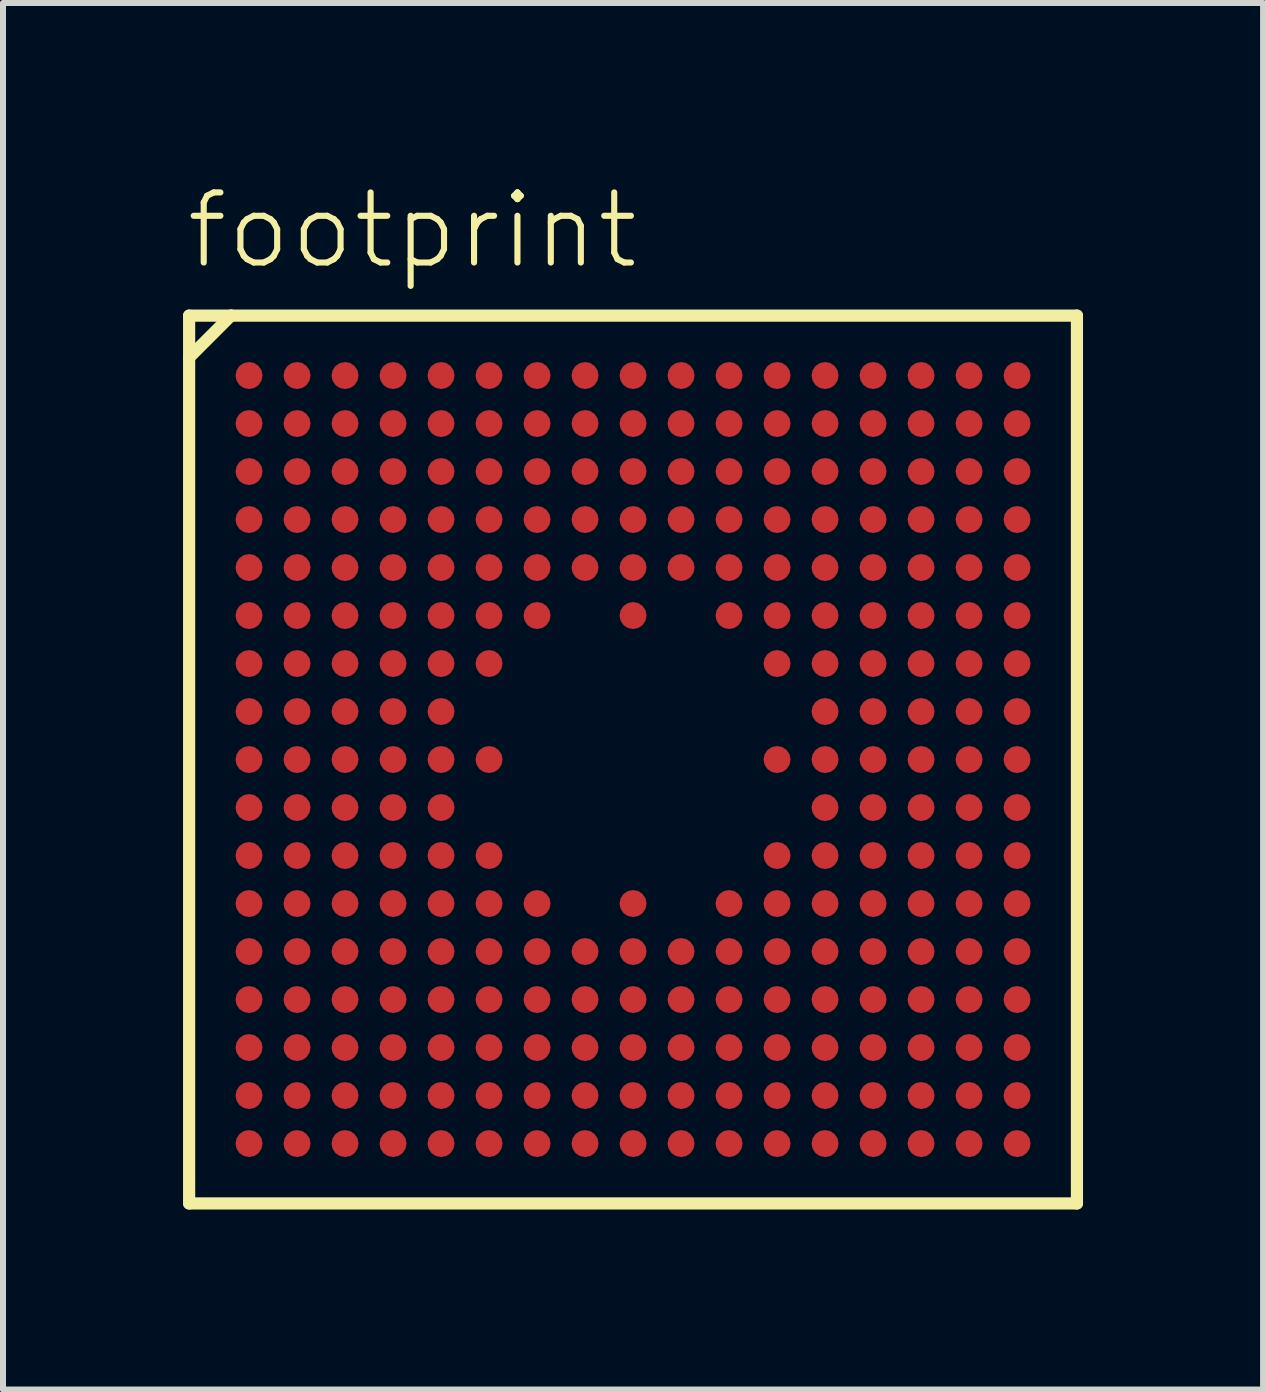
<source format=kicad_pcb>
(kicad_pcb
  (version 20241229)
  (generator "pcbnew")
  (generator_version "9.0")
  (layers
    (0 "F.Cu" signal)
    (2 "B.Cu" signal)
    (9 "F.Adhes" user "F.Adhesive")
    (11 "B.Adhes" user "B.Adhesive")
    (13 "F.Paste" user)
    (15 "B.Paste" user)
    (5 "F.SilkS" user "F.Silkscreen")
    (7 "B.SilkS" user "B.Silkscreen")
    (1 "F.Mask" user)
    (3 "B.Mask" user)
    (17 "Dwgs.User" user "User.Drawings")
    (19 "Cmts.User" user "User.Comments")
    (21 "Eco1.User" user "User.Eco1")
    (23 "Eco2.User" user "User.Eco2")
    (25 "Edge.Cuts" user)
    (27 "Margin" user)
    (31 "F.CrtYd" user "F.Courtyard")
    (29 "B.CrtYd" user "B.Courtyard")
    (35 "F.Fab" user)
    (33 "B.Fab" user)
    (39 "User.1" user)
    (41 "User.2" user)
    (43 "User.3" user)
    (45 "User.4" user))
  (footprint "footprint"
    (layer "F.Cu")
    (at 7.5 9.608)
    (property "Reference" "footprint" (at -7.5 -8.135 0) (layer "F.SilkS") (effects (font (size 1.168 1.168) (thickness 0.102)) (justify left bottom)))
    (fp_circle (center -6.4 -6.4) (end -6.3 -6.4) (stroke (width 0.2) (type solid)) (fill yes) (layer "F.Mask"))
    (fp_circle (center -6.4 -5.6) (end -6.3 -5.6) (stroke (width 0.2) (type solid)) (fill yes) (layer "F.Mask"))
    (fp_circle (center -6.4 -4.8) (end -6.3 -4.8) (stroke (width 0.2) (type solid)) (fill yes) (layer "F.Mask"))
    (fp_circle (center -6.4 -4) (end -6.3 -4) (stroke (width 0.2) (type solid)) (fill yes) (layer "F.Mask"))
    (fp_circle (center -6.4 -3.2) (end -6.3 -3.2) (stroke (width 0.2) (type solid)) (fill yes) (layer "F.Mask"))
    (fp_circle (center -6.4 -2.4) (end -6.3 -2.4) (stroke (width 0.2) (type solid)) (fill yes) (layer "F.Mask"))
    (fp_circle (center -6.4 -1.6) (end -6.3 -1.6) (stroke (width 0.2) (type solid)) (fill yes) (layer "F.Mask"))
    (fp_circle (center -6.4 -0.8) (end -6.3 -0.8) (stroke (width 0.2) (type solid)) (fill yes) (layer "F.Mask"))
    (fp_circle (center -6.4 0) (end -6.3 0) (stroke (width 0.2) (type solid)) (fill yes) (layer "F.Mask"))
    (fp_circle (center -6.4 0.8) (end -6.3 0.8) (stroke (width 0.2) (type solid)) (fill yes) (layer "F.Mask"))
    (fp_circle (center -6.4 1.6) (end -6.3 1.6) (stroke (width 0.2) (type solid)) (fill yes) (layer "F.Mask"))
    (fp_circle (center -6.4 2.4) (end -6.3 2.4) (stroke (width 0.2) (type solid)) (fill yes) (layer "F.Mask"))
    (fp_circle (center -6.4 3.2) (end -6.3 3.2) (stroke (width 0.2) (type solid)) (fill yes) (layer "F.Mask"))
    (fp_circle (center -6.4 4) (end -6.3 4) (stroke (width 0.2) (type solid)) (fill yes) (layer "F.Mask"))
    (fp_circle (center -6.4 4.8) (end -6.3 4.8) (stroke (width 0.2) (type solid)) (fill yes) (layer "F.Mask"))
    (fp_circle (center -6.4 5.6) (end -6.3 5.6) (stroke (width 0.2) (type solid)) (fill yes) (layer "F.Mask"))
    (fp_circle (center -6.4 6.4) (end -6.3 6.4) (stroke (width 0.2) (type solid)) (fill yes) (layer "F.Mask"))
    (fp_circle (center -5.6 -6.4) (end -5.5 -6.4) (stroke (width 0.2) (type solid)) (fill yes) (layer "F.Mask"))
    (fp_circle (center -5.6 -5.6) (end -5.5 -5.6) (stroke (width 0.2) (type solid)) (fill yes) (layer "F.Mask"))
    (fp_circle (center -5.6 -4.8) (end -5.5 -4.8) (stroke (width 0.2) (type solid)) (fill yes) (layer "F.Mask"))
    (fp_circle (center -5.6 -4) (end -5.5 -4) (stroke (width 0.2) (type solid)) (fill yes) (layer "F.Mask"))
    (fp_circle (center -5.6 -3.2) (end -5.5 -3.2) (stroke (width 0.2) (type solid)) (fill yes) (layer "F.Mask"))
    (fp_circle (center -5.6 -2.4) (end -5.5 -2.4) (stroke (width 0.2) (type solid)) (fill yes) (layer "F.Mask"))
    (fp_circle (center -5.6 -1.6) (end -5.5 -1.6) (stroke (width 0.2) (type solid)) (fill yes) (layer "F.Mask"))
    (fp_circle (center -5.6 -0.8) (end -5.5 -0.8) (stroke (width 0.2) (type solid)) (fill yes) (layer "F.Mask"))
    (fp_circle (center -5.6 0) (end -5.5 0) (stroke (width 0.2) (type solid)) (fill yes) (layer "F.Mask"))
    (fp_circle (center -5.6 0.8) (end -5.5 0.8) (stroke (width 0.2) (type solid)) (fill yes) (layer "F.Mask"))
    (fp_circle (center -5.6 1.6) (end -5.5 1.6) (stroke (width 0.2) (type solid)) (fill yes) (layer "F.Mask"))
    (fp_circle (center -5.6 2.4) (end -5.5 2.4) (stroke (width 0.2) (type solid)) (fill yes) (layer "F.Mask"))
    (fp_circle (center -5.6 3.2) (end -5.5 3.2) (stroke (width 0.2) (type solid)) (fill yes) (layer "F.Mask"))
    (fp_circle (center -5.6 4) (end -5.5 4) (stroke (width 0.2) (type solid)) (fill yes) (layer "F.Mask"))
    (fp_circle (center -5.6 4.8) (end -5.5 4.8) (stroke (width 0.2) (type solid)) (fill yes) (layer "F.Mask"))
    (fp_circle (center -5.6 5.6) (end -5.5 5.6) (stroke (width 0.2) (type solid)) (fill yes) (layer "F.Mask"))
    (fp_circle (center -5.6 6.4) (end -5.5 6.4) (stroke (width 0.2) (type solid)) (fill yes) (layer "F.Mask"))
    (fp_circle (center -4.8 -6.4) (end -4.7 -6.4) (stroke (width 0.2) (type solid)) (fill yes) (layer "F.Mask"))
    (fp_circle (center -4.8 -5.6) (end -4.7 -5.6) (stroke (width 0.2) (type solid)) (fill yes) (layer "F.Mask"))
    (fp_circle (center -4.8 -4.8) (end -4.7 -4.8) (stroke (width 0.2) (type solid)) (fill yes) (layer "F.Mask"))
    (fp_circle (center -4.8 -4) (end -4.7 -4) (stroke (width 0.2) (type solid)) (fill yes) (layer "F.Mask"))
    (fp_circle (center -4.8 -3.2) (end -4.7 -3.2) (stroke (width 0.2) (type solid)) (fill yes) (layer "F.Mask"))
    (fp_circle (center -4.8 -2.4) (end -4.7 -2.4) (stroke (width 0.2) (type solid)) (fill yes) (layer "F.Mask"))
    (fp_circle (center -4.8 -1.6) (end -4.7 -1.6) (stroke (width 0.2) (type solid)) (fill yes) (layer "F.Mask"))
    (fp_circle (center -4.8 -0.8) (end -4.7 -0.8) (stroke (width 0.2) (type solid)) (fill yes) (layer "F.Mask"))
    (fp_circle (center -4.8 0) (end -4.7 0) (stroke (width 0.2) (type solid)) (fill yes) (layer "F.Mask"))
    (fp_circle (center -4.8 0.8) (end -4.7 0.8) (stroke (width 0.2) (type solid)) (fill yes) (layer "F.Mask"))
    (fp_circle (center -4.8 1.6) (end -4.7 1.6) (stroke (width 0.2) (type solid)) (fill yes) (layer "F.Mask"))
    (fp_circle (center -4.8 2.4) (end -4.7 2.4) (stroke (width 0.2) (type solid)) (fill yes) (layer "F.Mask"))
    (fp_circle (center -4.8 3.2) (end -4.7 3.2) (stroke (width 0.2) (type solid)) (fill yes) (layer "F.Mask"))
    (fp_circle (center -4.8 4) (end -4.7 4) (stroke (width 0.2) (type solid)) (fill yes) (layer "F.Mask"))
    (fp_circle (center -4.8 4.8) (end -4.7 4.8) (stroke (width 0.2) (type solid)) (fill yes) (layer "F.Mask"))
    (fp_circle (center -4.8 5.6) (end -4.7 5.6) (stroke (width 0.2) (type solid)) (fill yes) (layer "F.Mask"))
    (fp_circle (center -4.8 6.4) (end -4.7 6.4) (stroke (width 0.2) (type solid)) (fill yes) (layer "F.Mask"))
    (fp_circle (center -4 -6.4) (end -3.9 -6.4) (stroke (width 0.2) (type solid)) (fill yes) (layer "F.Mask"))
    (fp_circle (center -4 -5.6) (end -3.9 -5.6) (stroke (width 0.2) (type solid)) (fill yes) (layer "F.Mask"))
    (fp_circle (center -4 -4.8) (end -3.9 -4.8) (stroke (width 0.2) (type solid)) (fill yes) (layer "F.Mask"))
    (fp_circle (center -4 -4) (end -3.9 -4) (stroke (width 0.2) (type solid)) (fill yes) (layer "F.Mask"))
    (fp_circle (center -4 -3.2) (end -3.9 -3.2) (stroke (width 0.2) (type solid)) (fill yes) (layer "F.Mask"))
    (fp_circle (center -4 -2.4) (end -3.9 -2.4) (stroke (width 0.2) (type solid)) (fill yes) (layer "F.Mask"))
    (fp_circle (center -4 -1.6) (end -3.9 -1.6) (stroke (width 0.2) (type solid)) (fill yes) (layer "F.Mask"))
    (fp_circle (center -4 -0.8) (end -3.9 -0.8) (stroke (width 0.2) (type solid)) (fill yes) (layer "F.Mask"))
    (fp_circle (center -4 0) (end -3.9 0) (stroke (width 0.2) (type solid)) (fill yes) (layer "F.Mask"))
    (fp_circle (center -4 0.8) (end -3.9 0.8) (stroke (width 0.2) (type solid)) (fill yes) (layer "F.Mask"))
    (fp_circle (center -4 1.6) (end -3.9 1.6) (stroke (width 0.2) (type solid)) (fill yes) (layer "F.Mask"))
    (fp_circle (center -4 2.4) (end -3.9 2.4) (stroke (width 0.2) (type solid)) (fill yes) (layer "F.Mask"))
    (fp_circle (center -4 3.2) (end -3.9 3.2) (stroke (width 0.2) (type solid)) (fill yes) (layer "F.Mask"))
    (fp_circle (center -4 4) (end -3.9 4) (stroke (width 0.2) (type solid)) (fill yes) (layer "F.Mask"))
    (fp_circle (center -4 4.8) (end -3.9 4.8) (stroke (width 0.2) (type solid)) (fill yes) (layer "F.Mask"))
    (fp_circle (center -4 5.6) (end -3.9 5.6) (stroke (width 0.2) (type solid)) (fill yes) (layer "F.Mask"))
    (fp_circle (center -4 6.4) (end -3.9 6.4) (stroke (width 0.2) (type solid)) (fill yes) (layer "F.Mask"))
    (fp_circle (center -3.2 -6.4) (end -3.1 -6.4) (stroke (width 0.2) (type solid)) (fill yes) (layer "F.Mask"))
    (fp_circle (center -3.2 -5.6) (end -3.1 -5.6) (stroke (width 0.2) (type solid)) (fill yes) (layer "F.Mask"))
    (fp_circle (center -3.2 -4.8) (end -3.1 -4.8) (stroke (width 0.2) (type solid)) (fill yes) (layer "F.Mask"))
    (fp_circle (center -3.2 -4) (end -3.1 -4) (stroke (width 0.2) (type solid)) (fill yes) (layer "F.Mask"))
    (fp_circle (center -3.2 -3.2) (end -3.1 -3.2) (stroke (width 0.2) (type solid)) (fill yes) (layer "F.Mask"))
    (fp_circle (center -3.2 -2.4) (end -3.1 -2.4) (stroke (width 0.2) (type solid)) (fill yes) (layer "F.Mask"))
    (fp_circle (center -3.2 -1.6) (end -3.1 -1.6) (stroke (width 0.2) (type solid)) (fill yes) (layer "F.Mask"))
    (fp_circle (center -3.2 -0.8) (end -3.1 -0.8) (stroke (width 0.2) (type solid)) (fill yes) (layer "F.Mask"))
    (fp_circle (center -3.2 0) (end -3.1 0) (stroke (width 0.2) (type solid)) (fill yes) (layer "F.Mask"))
    (fp_circle (center -3.2 0.8) (end -3.1 0.8) (stroke (width 0.2) (type solid)) (fill yes) (layer "F.Mask"))
    (fp_circle (center -3.2 1.6) (end -3.1 1.6) (stroke (width 0.2) (type solid)) (fill yes) (layer "F.Mask"))
    (fp_circle (center -3.2 2.4) (end -3.1 2.4) (stroke (width 0.2) (type solid)) (fill yes) (layer "F.Mask"))
    (fp_circle (center -3.2 3.2) (end -3.1 3.2) (stroke (width 0.2) (type solid)) (fill yes) (layer "F.Mask"))
    (fp_circle (center -3.2 4) (end -3.1 4) (stroke (width 0.2) (type solid)) (fill yes) (layer "F.Mask"))
    (fp_circle (center -3.2 4.8) (end -3.1 4.8) (stroke (width 0.2) (type solid)) (fill yes) (layer "F.Mask"))
    (fp_circle (center -3.2 5.6) (end -3.1 5.6) (stroke (width 0.2) (type solid)) (fill yes) (layer "F.Mask"))
    (fp_circle (center -3.2 6.4) (end -3.1 6.4) (stroke (width 0.2) (type solid)) (fill yes) (layer "F.Mask"))
    (fp_circle (center -2.4 -6.4) (end -2.3 -6.4) (stroke (width 0.2) (type solid)) (fill yes) (layer "F.Mask"))
    (fp_circle (center -2.4 -5.6) (end -2.3 -5.6) (stroke (width 0.2) (type solid)) (fill yes) (layer "F.Mask"))
    (fp_circle (center -2.4 -4.8) (end -2.3 -4.8) (stroke (width 0.2) (type solid)) (fill yes) (layer "F.Mask"))
    (fp_circle (center -2.4 -4) (end -2.3 -4) (stroke (width 0.2) (type solid)) (fill yes) (layer "F.Mask"))
    (fp_circle (center -2.4 -3.2) (end -2.3 -3.2) (stroke (width 0.2) (type solid)) (fill yes) (layer "F.Mask"))
    (fp_circle (center -2.4 -2.4) (end -2.3 -2.4) (stroke (width 0.2) (type solid)) (fill yes) (layer "F.Mask"))
    (fp_circle (center -2.4 -1.6) (end -2.3 -1.6) (stroke (width 0.2) (type solid)) (fill yes) (layer "F.Mask"))
    (fp_circle (center -2.4 0) (end -2.3 0) (stroke (width 0.2) (type solid)) (fill yes) (layer "F.Mask"))
    (fp_circle (center -2.4 1.6) (end -2.3 1.6) (stroke (width 0.2) (type solid)) (fill yes) (layer "F.Mask"))
    (fp_circle (center -2.4 2.4) (end -2.3 2.4) (stroke (width 0.2) (type solid)) (fill yes) (layer "F.Mask"))
    (fp_circle (center -2.4 3.2) (end -2.3 3.2) (stroke (width 0.2) (type solid)) (fill yes) (layer "F.Mask"))
    (fp_circle (center -2.4 4) (end -2.3 4) (stroke (width 0.2) (type solid)) (fill yes) (layer "F.Mask"))
    (fp_circle (center -2.4 4.8) (end -2.3 4.8) (stroke (width 0.2) (type solid)) (fill yes) (layer "F.Mask"))
    (fp_circle (center -2.4 5.6) (end -2.3 5.6) (stroke (width 0.2) (type solid)) (fill yes) (layer "F.Mask"))
    (fp_circle (center -2.4 6.4) (end -2.3 6.4) (stroke (width 0.2) (type solid)) (fill yes) (layer "F.Mask"))
    (fp_circle (center -1.6 -6.4) (end -1.5 -6.4) (stroke (width 0.2) (type solid)) (fill yes) (layer "F.Mask"))
    (fp_circle (center -1.6 -5.6) (end -1.5 -5.6) (stroke (width 0.2) (type solid)) (fill yes) (layer "F.Mask"))
    (fp_circle (center -1.6 -4.8) (end -1.5 -4.8) (stroke (width 0.2) (type solid)) (fill yes) (layer "F.Mask"))
    (fp_circle (center -1.6 -4) (end -1.5 -4) (stroke (width 0.2) (type solid)) (fill yes) (layer "F.Mask"))
    (fp_circle (center -1.6 -3.2) (end -1.5 -3.2) (stroke (width 0.2) (type solid)) (fill yes) (layer "F.Mask"))
    (fp_circle (center -1.6 -2.4) (end -1.5 -2.4) (stroke (width 0.2) (type solid)) (fill yes) (layer "F.Mask"))
    (fp_circle (center -1.6 2.4) (end -1.5 2.4) (stroke (width 0.2) (type solid)) (fill yes) (layer "F.Mask"))
    (fp_circle (center -1.6 3.2) (end -1.5 3.2) (stroke (width 0.2) (type solid)) (fill yes) (layer "F.Mask"))
    (fp_circle (center -1.6 4) (end -1.5 4) (stroke (width 0.2) (type solid)) (fill yes) (layer "F.Mask"))
    (fp_circle (center -1.6 4.8) (end -1.5 4.8) (stroke (width 0.2) (type solid)) (fill yes) (layer "F.Mask"))
    (fp_circle (center -1.6 5.6) (end -1.5 5.6) (stroke (width 0.2) (type solid)) (fill yes) (layer "F.Mask"))
    (fp_circle (center -1.6 6.4) (end -1.5 6.4) (stroke (width 0.2) (type solid)) (fill yes) (layer "F.Mask"))
    (fp_circle (center -0.8 -6.4) (end -0.7 -6.4) (stroke (width 0.2) (type solid)) (fill yes) (layer "F.Mask"))
    (fp_circle (center -0.8 -5.6) (end -0.7 -5.6) (stroke (width 0.2) (type solid)) (fill yes) (layer "F.Mask"))
    (fp_circle (center -0.8 -4.8) (end -0.7 -4.8) (stroke (width 0.2) (type solid)) (fill yes) (layer "F.Mask"))
    (fp_circle (center -0.8 -4) (end -0.7 -4) (stroke (width 0.2) (type solid)) (fill yes) (layer "F.Mask"))
    (fp_circle (center -0.8 -3.2) (end -0.7 -3.2) (stroke (width 0.2) (type solid)) (fill yes) (layer "F.Mask"))
    (fp_circle (center -0.8 3.2) (end -0.7 3.2) (stroke (width 0.2) (type solid)) (fill yes) (layer "F.Mask"))
    (fp_circle (center -0.8 4) (end -0.7 4) (stroke (width 0.2) (type solid)) (fill yes) (layer "F.Mask"))
    (fp_circle (center -0.8 4.8) (end -0.7 4.8) (stroke (width 0.2) (type solid)) (fill yes) (layer "F.Mask"))
    (fp_circle (center -0.8 5.6) (end -0.7 5.6) (stroke (width 0.2) (type solid)) (fill yes) (layer "F.Mask"))
    (fp_circle (center -0.8 6.4) (end -0.7 6.4) (stroke (width 0.2) (type solid)) (fill yes) (layer "F.Mask"))
    (fp_circle (center 0 -6.4) (end 0.1 -6.4) (stroke (width 0.2) (type solid)) (fill yes) (layer "F.Mask"))
    (fp_circle (center 0 -5.6) (end 0.1 -5.6) (stroke (width 0.2) (type solid)) (fill yes) (layer "F.Mask"))
    (fp_circle (center 0 -4.8) (end 0.1 -4.8) (stroke (width 0.2) (type solid)) (fill yes) (layer "F.Mask"))
    (fp_circle (center 0 -4) (end 0.1 -4) (stroke (width 0.2) (type solid)) (fill yes) (layer "F.Mask"))
    (fp_circle (center 0 -3.2) (end 0.1 -3.2) (stroke (width 0.2) (type solid)) (fill yes) (layer "F.Mask"))
    (fp_circle (center 0 -2.4) (end 0.1 -2.4) (stroke (width 0.2) (type solid)) (fill yes) (layer "F.Mask"))
    (fp_circle (center 0 2.4) (end 0.1 2.4) (stroke (width 0.2) (type solid)) (fill yes) (layer "F.Mask"))
    (fp_circle (center 0 3.2) (end 0.1 3.2) (stroke (width 0.2) (type solid)) (fill yes) (layer "F.Mask"))
    (fp_circle (center 0 4) (end 0.1 4) (stroke (width 0.2) (type solid)) (fill yes) (layer "F.Mask"))
    (fp_circle (center 0 4.8) (end 0.1 4.8) (stroke (width 0.2) (type solid)) (fill yes) (layer "F.Mask"))
    (fp_circle (center 0 5.6) (end 0.1 5.6) (stroke (width 0.2) (type solid)) (fill yes) (layer "F.Mask"))
    (fp_circle (center 0 6.4) (end 0.1 6.4) (stroke (width 0.2) (type solid)) (fill yes) (layer "F.Mask"))
    (fp_circle (center 0.8 -6.4) (end 0.9 -6.4) (stroke (width 0.2) (type solid)) (fill yes) (layer "F.Mask"))
    (fp_circle (center 0.8 -5.6) (end 0.9 -5.6) (stroke (width 0.2) (type solid)) (fill yes) (layer "F.Mask"))
    (fp_circle (center 0.8 -4.8) (end 0.9 -4.8) (stroke (width 0.2) (type solid)) (fill yes) (layer "F.Mask"))
    (fp_circle (center 0.8 -4) (end 0.9 -4) (stroke (width 0.2) (type solid)) (fill yes) (layer "F.Mask"))
    (fp_circle (center 0.8 -3.2) (end 0.9 -3.2) (stroke (width 0.2) (type solid)) (fill yes) (layer "F.Mask"))
    (fp_circle (center 0.8 3.2) (end 0.9 3.2) (stroke (width 0.2) (type solid)) (fill yes) (layer "F.Mask"))
    (fp_circle (center 0.8 4) (end 0.9 4) (stroke (width 0.2) (type solid)) (fill yes) (layer "F.Mask"))
    (fp_circle (center 0.8 4.8) (end 0.9 4.8) (stroke (width 0.2) (type solid)) (fill yes) (layer "F.Mask"))
    (fp_circle (center 0.8 5.6) (end 0.9 5.6) (stroke (width 0.2) (type solid)) (fill yes) (layer "F.Mask"))
    (fp_circle (center 0.8 6.4) (end 0.9 6.4) (stroke (width 0.2) (type solid)) (fill yes) (layer "F.Mask"))
    (fp_circle (center 1.6 -6.4) (end 1.7 -6.4) (stroke (width 0.2) (type solid)) (fill yes) (layer "F.Mask"))
    (fp_circle (center 1.6 -5.6) (end 1.7 -5.6) (stroke (width 0.2) (type solid)) (fill yes) (layer "F.Mask"))
    (fp_circle (center 1.6 -4.8) (end 1.7 -4.8) (stroke (width 0.2) (type solid)) (fill yes) (layer "F.Mask"))
    (fp_circle (center 1.6 -4) (end 1.7 -4) (stroke (width 0.2) (type solid)) (fill yes) (layer "F.Mask"))
    (fp_circle (center 1.6 -3.2) (end 1.7 -3.2) (stroke (width 0.2) (type solid)) (fill yes) (layer "F.Mask"))
    (fp_circle (center 1.6 -2.4) (end 1.7 -2.4) (stroke (width 0.2) (type solid)) (fill yes) (layer "F.Mask"))
    (fp_circle (center 1.6 2.4) (end 1.7 2.4) (stroke (width 0.2) (type solid)) (fill yes) (layer "F.Mask"))
    (fp_circle (center 1.6 3.2) (end 1.7 3.2) (stroke (width 0.2) (type solid)) (fill yes) (layer "F.Mask"))
    (fp_circle (center 1.6 4) (end 1.7 4) (stroke (width 0.2) (type solid)) (fill yes) (layer "F.Mask"))
    (fp_circle (center 1.6 4.8) (end 1.7 4.8) (stroke (width 0.2) (type solid)) (fill yes) (layer "F.Mask"))
    (fp_circle (center 1.6 5.6) (end 1.7 5.6) (stroke (width 0.2) (type solid)) (fill yes) (layer "F.Mask"))
    (fp_circle (center 1.6 6.4) (end 1.7 6.4) (stroke (width 0.2) (type solid)) (fill yes) (layer "F.Mask"))
    (fp_circle (center 2.4 -6.4) (end 2.5 -6.4) (stroke (width 0.2) (type solid)) (fill yes) (layer "F.Mask"))
    (fp_circle (center 2.4 -5.6) (end 2.5 -5.6) (stroke (width 0.2) (type solid)) (fill yes) (layer "F.Mask"))
    (fp_circle (center 2.4 -4.8) (end 2.5 -4.8) (stroke (width 0.2) (type solid)) (fill yes) (layer "F.Mask"))
    (fp_circle (center 2.4 -4) (end 2.5 -4) (stroke (width 0.2) (type solid)) (fill yes) (layer "F.Mask"))
    (fp_circle (center 2.4 -3.2) (end 2.5 -3.2) (stroke (width 0.2) (type solid)) (fill yes) (layer "F.Mask"))
    (fp_circle (center 2.4 -2.4) (end 2.5 -2.4) (stroke (width 0.2) (type solid)) (fill yes) (layer "F.Mask"))
    (fp_circle (center 2.4 -1.6) (end 2.5 -1.6) (stroke (width 0.2) (type solid)) (fill yes) (layer "F.Mask"))
    (fp_circle (center 2.4 0) (end 2.5 0) (stroke (width 0.2) (type solid)) (fill yes) (layer "F.Mask"))
    (fp_circle (center 2.4 1.6) (end 2.5 1.6) (stroke (width 0.2) (type solid)) (fill yes) (layer "F.Mask"))
    (fp_circle (center 2.4 2.4) (end 2.5 2.4) (stroke (width 0.2) (type solid)) (fill yes) (layer "F.Mask"))
    (fp_circle (center 2.4 3.2) (end 2.5 3.2) (stroke (width 0.2) (type solid)) (fill yes) (layer "F.Mask"))
    (fp_circle (center 2.4 4) (end 2.5 4) (stroke (width 0.2) (type solid)) (fill yes) (layer "F.Mask"))
    (fp_circle (center 2.4 4.8) (end 2.5 4.8) (stroke (width 0.2) (type solid)) (fill yes) (layer "F.Mask"))
    (fp_circle (center 2.4 5.6) (end 2.5 5.6) (stroke (width 0.2) (type solid)) (fill yes) (layer "F.Mask"))
    (fp_circle (center 2.4 6.4) (end 2.5 6.4) (stroke (width 0.2) (type solid)) (fill yes) (layer "F.Mask"))
    (fp_circle (center 3.2 -6.4) (end 3.3 -6.4) (stroke (width 0.2) (type solid)) (fill yes) (layer "F.Mask"))
    (fp_circle (center 3.2 -5.6) (end 3.3 -5.6) (stroke (width 0.2) (type solid)) (fill yes) (layer "F.Mask"))
    (fp_circle (center 3.2 -4.8) (end 3.3 -4.8) (stroke (width 0.2) (type solid)) (fill yes) (layer "F.Mask"))
    (fp_circle (center 3.2 -4) (end 3.3 -4) (stroke (width 0.2) (type solid)) (fill yes) (layer "F.Mask"))
    (fp_circle (center 3.2 -3.2) (end 3.3 -3.2) (stroke (width 0.2) (type solid)) (fill yes) (layer "F.Mask"))
    (fp_circle (center 3.2 -2.4) (end 3.3 -2.4) (stroke (width 0.2) (type solid)) (fill yes) (layer "F.Mask"))
    (fp_circle (center 3.2 -1.6) (end 3.3 -1.6) (stroke (width 0.2) (type solid)) (fill yes) (layer "F.Mask"))
    (fp_circle (center 3.2 -0.8) (end 3.3 -0.8) (stroke (width 0.2) (type solid)) (fill yes) (layer "F.Mask"))
    (fp_circle (center 3.2 0) (end 3.3 0) (stroke (width 0.2) (type solid)) (fill yes) (layer "F.Mask"))
    (fp_circle (center 3.2 0.8) (end 3.3 0.8) (stroke (width 0.2) (type solid)) (fill yes) (layer "F.Mask"))
    (fp_circle (center 3.2 1.6) (end 3.3 1.6) (stroke (width 0.2) (type solid)) (fill yes) (layer "F.Mask"))
    (fp_circle (center 3.2 2.4) (end 3.3 2.4) (stroke (width 0.2) (type solid)) (fill yes) (layer "F.Mask"))
    (fp_circle (center 3.2 3.2) (end 3.3 3.2) (stroke (width 0.2) (type solid)) (fill yes) (layer "F.Mask"))
    (fp_circle (center 3.2 4) (end 3.3 4) (stroke (width 0.2) (type solid)) (fill yes) (layer "F.Mask"))
    (fp_circle (center 3.2 4.8) (end 3.3 4.8) (stroke (width 0.2) (type solid)) (fill yes) (layer "F.Mask"))
    (fp_circle (center 3.2 5.6) (end 3.3 5.6) (stroke (width 0.2) (type solid)) (fill yes) (layer "F.Mask"))
    (fp_circle (center 3.2 6.4) (end 3.3 6.4) (stroke (width 0.2) (type solid)) (fill yes) (layer "F.Mask"))
    (fp_circle (center 4 -6.4) (end 4.1 -6.4) (stroke (width 0.2) (type solid)) (fill yes) (layer "F.Mask"))
    (fp_circle (center 4 -5.6) (end 4.1 -5.6) (stroke (width 0.2) (type solid)) (fill yes) (layer "F.Mask"))
    (fp_circle (center 4 -4.8) (end 4.1 -4.8) (stroke (width 0.2) (type solid)) (fill yes) (layer "F.Mask"))
    (fp_circle (center 4 -4) (end 4.1 -4) (stroke (width 0.2) (type solid)) (fill yes) (layer "F.Mask"))
    (fp_circle (center 4 -3.2) (end 4.1 -3.2) (stroke (width 0.2) (type solid)) (fill yes) (layer "F.Mask"))
    (fp_circle (center 4 -2.4) (end 4.1 -2.4) (stroke (width 0.2) (type solid)) (fill yes) (layer "F.Mask"))
    (fp_circle (center 4 -1.6) (end 4.1 -1.6) (stroke (width 0.2) (type solid)) (fill yes) (layer "F.Mask"))
    (fp_circle (center 4 -0.8) (end 4.1 -0.8) (stroke (width 0.2) (type solid)) (fill yes) (layer "F.Mask"))
    (fp_circle (center 4 0) (end 4.1 0) (stroke (width 0.2) (type solid)) (fill yes) (layer "F.Mask"))
    (fp_circle (center 4 0.8) (end 4.1 0.8) (stroke (width 0.2) (type solid)) (fill yes) (layer "F.Mask"))
    (fp_circle (center 4 1.6) (end 4.1 1.6) (stroke (width 0.2) (type solid)) (fill yes) (layer "F.Mask"))
    (fp_circle (center 4 2.4) (end 4.1 2.4) (stroke (width 0.2) (type solid)) (fill yes) (layer "F.Mask"))
    (fp_circle (center 4 3.2) (end 4.1 3.2) (stroke (width 0.2) (type solid)) (fill yes) (layer "F.Mask"))
    (fp_circle (center 4 4) (end 4.1 4) (stroke (width 0.2) (type solid)) (fill yes) (layer "F.Mask"))
    (fp_circle (center 4 4.8) (end 4.1 4.8) (stroke (width 0.2) (type solid)) (fill yes) (layer "F.Mask"))
    (fp_circle (center 4 5.6) (end 4.1 5.6) (stroke (width 0.2) (type solid)) (fill yes) (layer "F.Mask"))
    (fp_circle (center 4 6.4) (end 4.1 6.4) (stroke (width 0.2) (type solid)) (fill yes) (layer "F.Mask"))
    (fp_circle (center 4.8 -6.4) (end 4.9 -6.4) (stroke (width 0.2) (type solid)) (fill yes) (layer "F.Mask"))
    (fp_circle (center 4.8 -5.6) (end 4.9 -5.6) (stroke (width 0.2) (type solid)) (fill yes) (layer "F.Mask"))
    (fp_circle (center 4.8 -4.8) (end 4.9 -4.8) (stroke (width 0.2) (type solid)) (fill yes) (layer "F.Mask"))
    (fp_circle (center 4.8 -4) (end 4.9 -4) (stroke (width 0.2) (type solid)) (fill yes) (layer "F.Mask"))
    (fp_circle (center 4.8 -3.2) (end 4.9 -3.2) (stroke (width 0.2) (type solid)) (fill yes) (layer "F.Mask"))
    (fp_circle (center 4.8 -2.4) (end 4.9 -2.4) (stroke (width 0.2) (type solid)) (fill yes) (layer "F.Mask"))
    (fp_circle (center 4.8 -1.6) (end 4.9 -1.6) (stroke (width 0.2) (type solid)) (fill yes) (layer "F.Mask"))
    (fp_circle (center 4.8 -0.8) (end 4.9 -0.8) (stroke (width 0.2) (type solid)) (fill yes) (layer "F.Mask"))
    (fp_circle (center 4.8 0) (end 4.9 0) (stroke (width 0.2) (type solid)) (fill yes) (layer "F.Mask"))
    (fp_circle (center 4.8 0.8) (end 4.9 0.8) (stroke (width 0.2) (type solid)) (fill yes) (layer "F.Mask"))
    (fp_circle (center 4.8 1.6) (end 4.9 1.6) (stroke (width 0.2) (type solid)) (fill yes) (layer "F.Mask"))
    (fp_circle (center 4.8 2.4) (end 4.9 2.4) (stroke (width 0.2) (type solid)) (fill yes) (layer "F.Mask"))
    (fp_circle (center 4.8 3.2) (end 4.9 3.2) (stroke (width 0.2) (type solid)) (fill yes) (layer "F.Mask"))
    (fp_circle (center 4.8 4) (end 4.9 4) (stroke (width 0.2) (type solid)) (fill yes) (layer "F.Mask"))
    (fp_circle (center 4.8 4.8) (end 4.9 4.8) (stroke (width 0.2) (type solid)) (fill yes) (layer "F.Mask"))
    (fp_circle (center 4.8 5.6) (end 4.9 5.6) (stroke (width 0.2) (type solid)) (fill yes) (layer "F.Mask"))
    (fp_circle (center 4.8 6.4) (end 4.9 6.4) (stroke (width 0.2) (type solid)) (fill yes) (layer "F.Mask"))
    (fp_circle (center 5.6 -6.4) (end 5.7 -6.4) (stroke (width 0.2) (type solid)) (fill yes) (layer "F.Mask"))
    (fp_circle (center 5.6 -5.6) (end 5.7 -5.6) (stroke (width 0.2) (type solid)) (fill yes) (layer "F.Mask"))
    (fp_circle (center 5.6 -4.8) (end 5.7 -4.8) (stroke (width 0.2) (type solid)) (fill yes) (layer "F.Mask"))
    (fp_circle (center 5.6 -4) (end 5.7 -4) (stroke (width 0.2) (type solid)) (fill yes) (layer "F.Mask"))
    (fp_circle (center 5.6 -3.2) (end 5.7 -3.2) (stroke (width 0.2) (type solid)) (fill yes) (layer "F.Mask"))
    (fp_circle (center 5.6 -2.4) (end 5.7 -2.4) (stroke (width 0.2) (type solid)) (fill yes) (layer "F.Mask"))
    (fp_circle (center 5.6 -1.6) (end 5.7 -1.6) (stroke (width 0.2) (type solid)) (fill yes) (layer "F.Mask"))
    (fp_circle (center 5.6 -0.8) (end 5.7 -0.8) (stroke (width 0.2) (type solid)) (fill yes) (layer "F.Mask"))
    (fp_circle (center 5.6 0) (end 5.7 0) (stroke (width 0.2) (type solid)) (fill yes) (layer "F.Mask"))
    (fp_circle (center 5.6 0.8) (end 5.7 0.8) (stroke (width 0.2) (type solid)) (fill yes) (layer "F.Mask"))
    (fp_circle (center 5.6 1.6) (end 5.7 1.6) (stroke (width 0.2) (type solid)) (fill yes) (layer "F.Mask"))
    (fp_circle (center 5.6 2.4) (end 5.7 2.4) (stroke (width 0.2) (type solid)) (fill yes) (layer "F.Mask"))
    (fp_circle (center 5.6 3.2) (end 5.7 3.2) (stroke (width 0.2) (type solid)) (fill yes) (layer "F.Mask"))
    (fp_circle (center 5.6 4) (end 5.7 4) (stroke (width 0.2) (type solid)) (fill yes) (layer "F.Mask"))
    (fp_circle (center 5.6 4.8) (end 5.7 4.8) (stroke (width 0.2) (type solid)) (fill yes) (layer "F.Mask"))
    (fp_circle (center 5.6 5.6) (end 5.7 5.6) (stroke (width 0.2) (type solid)) (fill yes) (layer "F.Mask"))
    (fp_circle (center 5.6 6.4) (end 5.7 6.4) (stroke (width 0.2) (type solid)) (fill yes) (layer "F.Mask"))
    (fp_circle (center 6.4 -6.4) (end 6.5 -6.4) (stroke (width 0.2) (type solid)) (fill yes) (layer "F.Mask"))
    (fp_circle (center 6.4 -5.6) (end 6.5 -5.6) (stroke (width 0.2) (type solid)) (fill yes) (layer "F.Mask"))
    (fp_circle (center 6.4 -4.8) (end 6.5 -4.8) (stroke (width 0.2) (type solid)) (fill yes) (layer "F.Mask"))
    (fp_circle (center 6.4 -4) (end 6.5 -4) (stroke (width 0.2) (type solid)) (fill yes) (layer "F.Mask"))
    (fp_circle (center 6.4 -3.2) (end 6.5 -3.2) (stroke (width 0.2) (type solid)) (fill yes) (layer "F.Mask"))
    (fp_circle (center 6.4 -2.4) (end 6.5 -2.4) (stroke (width 0.2) (type solid)) (fill yes) (layer "F.Mask"))
    (fp_circle (center 6.4 -1.6) (end 6.5 -1.6) (stroke (width 0.2) (type solid)) (fill yes) (layer "F.Mask"))
    (fp_circle (center 6.4 -0.8) (end 6.5 -0.8) (stroke (width 0.2) (type solid)) (fill yes) (layer "F.Mask"))
    (fp_circle (center 6.4 0) (end 6.5 0) (stroke (width 0.2) (type solid)) (fill yes) (layer "F.Mask"))
    (fp_circle (center 6.4 0.8) (end 6.5 0.8) (stroke (width 0.2) (type solid)) (fill yes) (layer "F.Mask"))
    (fp_circle (center 6.4 1.6) (end 6.5 1.6) (stroke (width 0.2) (type solid)) (fill yes) (layer "F.Mask"))
    (fp_circle (center 6.4 2.4) (end 6.5 2.4) (stroke (width 0.2) (type solid)) (fill yes) (layer "F.Mask"))
    (fp_circle (center 6.4 3.2) (end 6.5 3.2) (stroke (width 0.2) (type solid)) (fill yes) (layer "F.Mask"))
    (fp_circle (center 6.4 4) (end 6.5 4) (stroke (width 0.2) (type solid)) (fill yes) (layer "F.Mask"))
    (fp_circle (center 6.4 4.8) (end 6.5 4.8) (stroke (width 0.2) (type solid)) (fill yes) (layer "F.Mask"))
    (fp_circle (center 6.4 5.6) (end 6.5 5.6) (stroke (width 0.2) (type solid)) (fill yes) (layer "F.Mask"))
    (fp_circle (center 6.4 6.4) (end 6.5 6.4) (stroke (width 0.2) (type solid)) (fill yes) (layer "F.Mask"))
    (fp_line (start -7.398 -7.398) (end -7.398 -6.7) (stroke (width 0.203) (type solid)) (layer "F.SilkS"))
    (fp_line (start -7.398 -6.7) (end -7.398 7.398) (stroke (width 0.203) (type solid)) (layer "F.SilkS"))
    (fp_line (start -7.398 -6.7) (end -6.7 -7.398) (stroke (width 0.203) (type solid)) (layer "F.SilkS"))
    (fp_line (start -7.398 7.398) (end 7.398 7.398) (stroke (width 0.203) (type solid)) (layer "F.SilkS"))
    (fp_line (start -6.7 -7.398) (end -7.398 -7.398) (stroke (width 0.203) (type solid)) (layer "F.SilkS"))
    (fp_line (start 7.398 -7.398) (end -6.7 -7.398) (stroke (width 0.203) (type solid)) (layer "F.SilkS"))
    (fp_line (start 7.398 7.398) (end 7.398 -7.398) (stroke (width 0.203) (type solid)) (layer "F.SilkS"))
    (pad "A1" smd roundrect (at -6.4 -6.4) (size 0.45 0.45) (layers "F.Cu") (roundrect_rratio 0.5))
    (pad "A2" smd roundrect (at -5.6 -6.4) (size 0.45 0.45) (layers "F.Cu") (roundrect_rratio 0.5))
    (pad "A3" smd roundrect (at -4.8 -6.4) (size 0.45 0.45) (layers "F.Cu") (roundrect_rratio 0.5))
    (pad "A4" smd roundrect (at -4 -6.4) (size 0.45 0.45) (layers "F.Cu") (roundrect_rratio 0.5))
    (pad "A5" smd roundrect (at -3.2 -6.4) (size 0.45 0.45) (layers "F.Cu") (roundrect_rratio 0.5))
    (pad "A6" smd roundrect (at -2.4 -6.4) (size 0.45 0.45) (layers "F.Cu") (roundrect_rratio 0.5))
    (pad "A7" smd roundrect (at -1.6 -6.4) (size 0.45 0.45) (layers "F.Cu") (roundrect_rratio 0.5))
    (pad "A8" smd roundrect (at -0.8 -6.4) (size 0.45 0.45) (layers "F.Cu") (roundrect_rratio 0.5))
    (pad "A9" smd roundrect (at 0 -6.4) (size 0.45 0.45) (layers "F.Cu") (roundrect_rratio 0.5))
    (pad "A10" smd roundrect (at 0.8 -6.4) (size 0.45 0.45) (layers "F.Cu") (roundrect_rratio 0.5))
    (pad "A11" smd roundrect (at 1.6 -6.4) (size 0.45 0.45) (layers "F.Cu") (roundrect_rratio 0.5))
    (pad "A12" smd roundrect (at 2.4 -6.4) (size 0.45 0.45) (layers "F.Cu") (roundrect_rratio 0.5))
    (pad "A13" smd roundrect (at 3.2 -6.4) (size 0.45 0.45) (layers "F.Cu") (roundrect_rratio 0.5))
    (pad "A14" smd roundrect (at 4 -6.4) (size 0.45 0.45) (layers "F.Cu") (roundrect_rratio 0.5))
    (pad "A15" smd roundrect (at 4.8 -6.4) (size 0.45 0.45) (layers "F.Cu") (roundrect_rratio 0.5))
    (pad "A16" smd roundrect (at 5.6 -6.4) (size 0.45 0.45) (layers "F.Cu") (roundrect_rratio 0.5))
    (pad "A17" smd roundrect (at 6.4 -6.4) (size 0.45 0.45) (layers "F.Cu") (roundrect_rratio 0.5))
    (pad "B1" smd roundrect (at -6.4 -5.6) (size 0.45 0.45) (layers "F.Cu") (roundrect_rratio 0.5))
    (pad "B2" smd roundrect (at -5.6 -5.6) (size 0.45 0.45) (layers "F.Cu") (roundrect_rratio 0.5))
    (pad "B3" smd roundrect (at -4.8 -5.6) (size 0.45 0.45) (layers "F.Cu") (roundrect_rratio 0.5))
    (pad "B4" smd roundrect (at -4 -5.6) (size 0.45 0.45) (layers "F.Cu") (roundrect_rratio 0.5))
    (pad "B5" smd roundrect (at -3.2 -5.6) (size 0.45 0.45) (layers "F.Cu") (roundrect_rratio 0.5))
    (pad "B6" smd roundrect (at -2.4 -5.6) (size 0.45 0.45) (layers "F.Cu") (roundrect_rratio 0.5))
    (pad "B7" smd roundrect (at -1.6 -5.6) (size 0.45 0.45) (layers "F.Cu") (roundrect_rratio 0.5))
    (pad "B8" smd roundrect (at -0.8 -5.6) (size 0.45 0.45) (layers "F.Cu") (roundrect_rratio 0.5))
    (pad "B9" smd roundrect (at 0 -5.6) (size 0.45 0.45) (layers "F.Cu") (roundrect_rratio 0.5))
    (pad "B10" smd roundrect (at 0.8 -5.6) (size 0.45 0.45) (layers "F.Cu") (roundrect_rratio 0.5))
    (pad "B11" smd roundrect (at 1.6 -5.6) (size 0.45 0.45) (layers "F.Cu") (roundrect_rratio 0.5))
    (pad "B12" smd roundrect (at 2.4 -5.6) (size 0.45 0.45) (layers "F.Cu") (roundrect_rratio 0.5))
    (pad "B13" smd roundrect (at 3.2 -5.6) (size 0.45 0.45) (layers "F.Cu") (roundrect_rratio 0.5))
    (pad "B14" smd roundrect (at 4 -5.6) (size 0.45 0.45) (layers "F.Cu") (roundrect_rratio 0.5))
    (pad "B15" smd roundrect (at 4.8 -5.6) (size 0.45 0.45) (layers "F.Cu") (roundrect_rratio 0.5))
    (pad "B16" smd roundrect (at 5.6 -5.6) (size 0.45 0.45) (layers "F.Cu") (roundrect_rratio 0.5))
    (pad "B17" smd roundrect (at 6.4 -5.6) (size 0.45 0.45) (layers "F.Cu") (roundrect_rratio 0.5))
    (pad "C1" smd roundrect (at -6.4 -4.8) (size 0.45 0.45) (layers "F.Cu") (roundrect_rratio 0.5))
    (pad "C2" smd roundrect (at -5.6 -4.8) (size 0.45 0.45) (layers "F.Cu") (roundrect_rratio 0.5))
    (pad "C3" smd roundrect (at -4.8 -4.8) (size 0.45 0.45) (layers "F.Cu") (roundrect_rratio 0.5))
    (pad "C4" smd roundrect (at -4 -4.8) (size 0.45 0.45) (layers "F.Cu") (roundrect_rratio 0.5))
    (pad "C5" smd roundrect (at -3.2 -4.8) (size 0.45 0.45) (layers "F.Cu") (roundrect_rratio 0.5))
    (pad "C6" smd roundrect (at -2.4 -4.8) (size 0.45 0.45) (layers "F.Cu") (roundrect_rratio 0.5))
    (pad "C7" smd roundrect (at -1.6 -4.8) (size 0.45 0.45) (layers "F.Cu") (roundrect_rratio 0.5))
    (pad "C8" smd roundrect (at -0.8 -4.8) (size 0.45 0.45) (layers "F.Cu") (roundrect_rratio 0.5))
    (pad "C9" smd roundrect (at 0 -4.8) (size 0.45 0.45) (layers "F.Cu") (roundrect_rratio 0.5))
    (pad "C10" smd roundrect (at 0.8 -4.8) (size 0.45 0.45) (layers "F.Cu") (roundrect_rratio 0.5))
    (pad "C11" smd roundrect (at 1.6 -4.8) (size 0.45 0.45) (layers "F.Cu") (roundrect_rratio 0.5))
    (pad "C12" smd roundrect (at 2.4 -4.8) (size 0.45 0.45) (layers "F.Cu") (roundrect_rratio 0.5))
    (pad "C13" smd roundrect (at 3.2 -4.8) (size 0.45 0.45) (layers "F.Cu") (roundrect_rratio 0.5))
    (pad "C14" smd roundrect (at 4 -4.8) (size 0.45 0.45) (layers "F.Cu") (roundrect_rratio 0.5))
    (pad "C15" smd roundrect (at 4.8 -4.8) (size 0.45 0.45) (layers "F.Cu") (roundrect_rratio 0.5))
    (pad "C16" smd roundrect (at 5.6 -4.8) (size 0.45 0.45) (layers "F.Cu") (roundrect_rratio 0.5))
    (pad "C17" smd roundrect (at 6.4 -4.8) (size 0.45 0.45) (layers "F.Cu") (roundrect_rratio 0.5))
    (pad "D1" smd roundrect (at -6.4 -4) (size 0.45 0.45) (layers "F.Cu") (roundrect_rratio 0.5))
    (pad "D2" smd roundrect (at -5.6 -4) (size 0.45 0.45) (layers "F.Cu") (roundrect_rratio 0.5))
    (pad "D3" smd roundrect (at -4.8 -4) (size 0.45 0.45) (layers "F.Cu") (roundrect_rratio 0.5))
    (pad "D4" smd roundrect (at -4 -4) (size 0.45 0.45) (layers "F.Cu") (roundrect_rratio 0.5))
    (pad "D5" smd roundrect (at -3.2 -4) (size 0.45 0.45) (layers "F.Cu") (roundrect_rratio 0.5))
    (pad "D6" smd roundrect (at -2.4 -4) (size 0.45 0.45) (layers "F.Cu") (roundrect_rratio 0.5))
    (pad "D7" smd roundrect (at -1.6 -4) (size 0.45 0.45) (layers "F.Cu") (roundrect_rratio 0.5))
    (pad "D8" smd roundrect (at -0.8 -4) (size 0.45 0.45) (layers "F.Cu") (roundrect_rratio 0.5))
    (pad "D9" smd roundrect (at 0 -4) (size 0.45 0.45) (layers "F.Cu") (roundrect_rratio 0.5))
    (pad "D10" smd roundrect (at 0.8 -4) (size 0.45 0.45) (layers "F.Cu") (roundrect_rratio 0.5))
    (pad "D11" smd roundrect (at 1.6 -4) (size 0.45 0.45) (layers "F.Cu") (roundrect_rratio 0.5))
    (pad "D12" smd roundrect (at 2.4 -4) (size 0.45 0.45) (layers "F.Cu") (roundrect_rratio 0.5))
    (pad "D13" smd roundrect (at 3.2 -4) (size 0.45 0.45) (layers "F.Cu") (roundrect_rratio 0.5))
    (pad "D14" smd roundrect (at 4 -4) (size 0.45 0.45) (layers "F.Cu") (roundrect_rratio 0.5))
    (pad "D15" smd roundrect (at 4.8 -4) (size 0.45 0.45) (layers "F.Cu") (roundrect_rratio 0.5))
    (pad "D16" smd roundrect (at 5.6 -4) (size 0.45 0.45) (layers "F.Cu") (roundrect_rratio 0.5))
    (pad "D17" smd roundrect (at 6.4 -4) (size 0.45 0.45) (layers "F.Cu") (roundrect_rratio 0.5))
    (pad "E1" smd roundrect (at -6.4 -3.2) (size 0.45 0.45) (layers "F.Cu") (roundrect_rratio 0.5))
    (pad "E2" smd roundrect (at -5.6 -3.2) (size 0.45 0.45) (layers "F.Cu") (roundrect_rratio 0.5))
    (pad "E3" smd roundrect (at -4.8 -3.2) (size 0.45 0.45) (layers "F.Cu") (roundrect_rratio 0.5))
    (pad "E4" smd roundrect (at -4 -3.2) (size 0.45 0.45) (layers "F.Cu") (roundrect_rratio 0.5))
    (pad "E5" smd roundrect (at -3.2 -3.2) (size 0.45 0.45) (layers "F.Cu") (roundrect_rratio 0.5))
    (pad "E6" smd roundrect (at -2.4 -3.2) (size 0.45 0.45) (layers "F.Cu") (roundrect_rratio 0.5))
    (pad "E7" smd roundrect (at -1.6 -3.2) (size 0.45 0.45) (layers "F.Cu") (roundrect_rratio 0.5))
    (pad "E8" smd roundrect (at -0.8 -3.2) (size 0.45 0.45) (layers "F.Cu") (roundrect_rratio 0.5))
    (pad "E9" smd roundrect (at 0 -3.2) (size 0.45 0.45) (layers "F.Cu") (roundrect_rratio 0.5))
    (pad "E10" smd roundrect (at 0.8 -3.2) (size 0.45 0.45) (layers "F.Cu") (roundrect_rratio 0.5))
    (pad "E11" smd roundrect (at 1.6 -3.2) (size 0.45 0.45) (layers "F.Cu") (roundrect_rratio 0.5))
    (pad "E12" smd roundrect (at 2.4 -3.2) (size 0.45 0.45) (layers "F.Cu") (roundrect_rratio 0.5))
    (pad "E13" smd roundrect (at 3.2 -3.2) (size 0.45 0.45) (layers "F.Cu") (roundrect_rratio 0.5))
    (pad "E14" smd roundrect (at 4 -3.2) (size 0.45 0.45) (layers "F.Cu") (roundrect_rratio 0.5))
    (pad "E15" smd roundrect (at 4.8 -3.2) (size 0.45 0.45) (layers "F.Cu") (roundrect_rratio 0.5))
    (pad "E16" smd roundrect (at 5.6 -3.2) (size 0.45 0.45) (layers "F.Cu") (roundrect_rratio 0.5))
    (pad "E17" smd roundrect (at 6.4 -3.2) (size 0.45 0.45) (layers "F.Cu") (roundrect_rratio 0.5))
    (pad "F1" smd roundrect (at -6.4 -2.4) (size 0.45 0.45) (layers "F.Cu") (roundrect_rratio 0.5))
    (pad "F2" smd roundrect (at -5.6 -2.4) (size 0.45 0.45) (layers "F.Cu") (roundrect_rratio 0.5))
    (pad "F3" smd roundrect (at -4.8 -2.4) (size 0.45 0.45) (layers "F.Cu") (roundrect_rratio 0.5))
    (pad "F4" smd roundrect (at -4 -2.4) (size 0.45 0.45) (layers "F.Cu") (roundrect_rratio 0.5))
    (pad "F5" smd roundrect (at -3.2 -2.4) (size 0.45 0.45) (layers "F.Cu") (roundrect_rratio 0.5))
    (pad "F6" smd roundrect (at -2.4 -2.4) (size 0.45 0.45) (layers "F.Cu") (roundrect_rratio 0.5))
    (pad "F7" smd roundrect (at -1.6 -2.4) (size 0.45 0.45) (layers "F.Cu") (roundrect_rratio 0.5))
    (pad "F9" smd roundrect (at 0 -2.4) (size 0.45 0.45) (layers "F.Cu") (roundrect_rratio 0.5))
    (pad "F11" smd roundrect (at 1.6 -2.4) (size 0.45 0.45) (layers "F.Cu") (roundrect_rratio 0.5))
    (pad "F12" smd roundrect (at 2.4 -2.4) (size 0.45 0.45) (layers "F.Cu") (roundrect_rratio 0.5))
    (pad "F13" smd roundrect (at 3.2 -2.4) (size 0.45 0.45) (layers "F.Cu") (roundrect_rratio 0.5))
    (pad "F14" smd roundrect (at 4 -2.4) (size 0.45 0.45) (layers "F.Cu") (roundrect_rratio 0.5))
    (pad "F15" smd roundrect (at 4.8 -2.4) (size 0.45 0.45) (layers "F.Cu") (roundrect_rratio 0.5))
    (pad "F16" smd roundrect (at 5.6 -2.4) (size 0.45 0.45) (layers "F.Cu") (roundrect_rratio 0.5))
    (pad "F17" smd roundrect (at 6.4 -2.4) (size 0.45 0.45) (layers "F.Cu") (roundrect_rratio 0.5))
    (pad "G1" smd roundrect (at -6.4 -1.6) (size 0.45 0.45) (layers "F.Cu") (roundrect_rratio 0.5))
    (pad "G2" smd roundrect (at -5.6 -1.6) (size 0.45 0.45) (layers "F.Cu") (roundrect_rratio 0.5))
    (pad "G3" smd roundrect (at -4.8 -1.6) (size 0.45 0.45) (layers "F.Cu") (roundrect_rratio 0.5))
    (pad "G4" smd roundrect (at -4 -1.6) (size 0.45 0.45) (layers "F.Cu") (roundrect_rratio 0.5))
    (pad "G5" smd roundrect (at -3.2 -1.6) (size 0.45 0.45) (layers "F.Cu") (roundrect_rratio 0.5))
    (pad "G6" smd roundrect (at -2.4 -1.6) (size 0.45 0.45) (layers "F.Cu") (roundrect_rratio 0.5))
    (pad "G12" smd roundrect (at 2.4 -1.6) (size 0.45 0.45) (layers "F.Cu") (roundrect_rratio 0.5))
    (pad "G13" smd roundrect (at 3.2 -1.6) (size 0.45 0.45) (layers "F.Cu") (roundrect_rratio 0.5))
    (pad "G14" smd roundrect (at 4 -1.6) (size 0.45 0.45) (layers "F.Cu") (roundrect_rratio 0.5))
    (pad "G15" smd roundrect (at 4.8 -1.6) (size 0.45 0.45) (layers "F.Cu") (roundrect_rratio 0.5))
    (pad "G16" smd roundrect (at 5.6 -1.6) (size 0.45 0.45) (layers "F.Cu") (roundrect_rratio 0.5))
    (pad "G17" smd roundrect (at 6.4 -1.6) (size 0.45 0.45) (layers "F.Cu") (roundrect_rratio 0.5))
    (pad "H1" smd roundrect (at -6.4 -0.8) (size 0.45 0.45) (layers "F.Cu") (roundrect_rratio 0.5))
    (pad "H2" smd roundrect (at -5.6 -0.8) (size 0.45 0.45) (layers "F.Cu") (roundrect_rratio 0.5))
    (pad "H3" smd roundrect (at -4.8 -0.8) (size 0.45 0.45) (layers "F.Cu") (roundrect_rratio 0.5))
    (pad "H4" smd roundrect (at -4 -0.8) (size 0.45 0.45) (layers "F.Cu") (roundrect_rratio 0.5))
    (pad "H5" smd roundrect (at -3.2 -0.8) (size 0.45 0.45) (layers "F.Cu") (roundrect_rratio 0.5))
    (pad "H13" smd roundrect (at 3.2 -0.8) (size 0.45 0.45) (layers "F.Cu") (roundrect_rratio 0.5))
    (pad "H14" smd roundrect (at 4 -0.8) (size 0.45 0.45) (layers "F.Cu") (roundrect_rratio 0.5))
    (pad "H15" smd roundrect (at 4.8 -0.8) (size 0.45 0.45) (layers "F.Cu") (roundrect_rratio 0.5))
    (pad "H16" smd roundrect (at 5.6 -0.8) (size 0.45 0.45) (layers "F.Cu") (roundrect_rratio 0.5))
    (pad "H17" smd roundrect (at 6.4 -0.8) (size 0.45 0.45) (layers "F.Cu") (roundrect_rratio 0.5))
    (pad "J1" smd roundrect (at -6.4 0) (size 0.45 0.45) (layers "F.Cu") (roundrect_rratio 0.5))
    (pad "J2" smd roundrect (at -5.6 0) (size 0.45 0.45) (layers "F.Cu") (roundrect_rratio 0.5))
    (pad "J3" smd roundrect (at -4.8 0) (size 0.45 0.45) (layers "F.Cu") (roundrect_rratio 0.5))
    (pad "J4" smd roundrect (at -4 0) (size 0.45 0.45) (layers "F.Cu") (roundrect_rratio 0.5))
    (pad "J5" smd roundrect (at -3.2 0) (size 0.45 0.45) (layers "F.Cu") (roundrect_rratio 0.5))
    (pad "J6" smd roundrect (at -2.4 0) (size 0.45 0.45) (layers "F.Cu") (roundrect_rratio 0.5))
    (pad "J12" smd roundrect (at 2.4 0) (size 0.45 0.45) (layers "F.Cu") (roundrect_rratio 0.5))
    (pad "J13" smd roundrect (at 3.2 0) (size 0.45 0.45) (layers "F.Cu") (roundrect_rratio 0.5))
    (pad "J14" smd roundrect (at 4 0) (size 0.45 0.45) (layers "F.Cu") (roundrect_rratio 0.5))
    (pad "J15" smd roundrect (at 4.8 0) (size 0.45 0.45) (layers "F.Cu") (roundrect_rratio 0.5))
    (pad "J16" smd roundrect (at 5.6 0) (size 0.45 0.45) (layers "F.Cu") (roundrect_rratio 0.5))
    (pad "J17" smd roundrect (at 6.4 0) (size 0.45 0.45) (layers "F.Cu") (roundrect_rratio 0.5))
    (pad "K1" smd roundrect (at -6.4 0.8) (size 0.45 0.45) (layers "F.Cu") (roundrect_rratio 0.5))
    (pad "K2" smd roundrect (at -5.6 0.8) (size 0.45 0.45) (layers "F.Cu") (roundrect_rratio 0.5))
    (pad "K3" smd roundrect (at -4.8 0.8) (size 0.45 0.45) (layers "F.Cu") (roundrect_rratio 0.5))
    (pad "K4" smd roundrect (at -4 0.8) (size 0.45 0.45) (layers "F.Cu") (roundrect_rratio 0.5))
    (pad "K5" smd roundrect (at -3.2 0.8) (size 0.45 0.45) (layers "F.Cu") (roundrect_rratio 0.5))
    (pad "K13" smd roundrect (at 3.2 0.8) (size 0.45 0.45) (layers "F.Cu") (roundrect_rratio 0.5))
    (pad "K14" smd roundrect (at 4 0.8) (size 0.45 0.45) (layers "F.Cu") (roundrect_rratio 0.5))
    (pad "K15" smd roundrect (at 4.8 0.8) (size 0.45 0.45) (layers "F.Cu") (roundrect_rratio 0.5))
    (pad "K16" smd roundrect (at 5.6 0.8) (size 0.45 0.45) (layers "F.Cu") (roundrect_rratio 0.5))
    (pad "K17" smd roundrect (at 6.4 0.8) (size 0.45 0.45) (layers "F.Cu") (roundrect_rratio 0.5))
    (pad "L1" smd roundrect (at -6.4 1.6) (size 0.45 0.45) (layers "F.Cu") (roundrect_rratio 0.5))
    (pad "L2" smd roundrect (at -5.6 1.6) (size 0.45 0.45) (layers "F.Cu") (roundrect_rratio 0.5))
    (pad "L3" smd roundrect (at -4.8 1.6) (size 0.45 0.45) (layers "F.Cu") (roundrect_rratio 0.5))
    (pad "L4" smd roundrect (at -4 1.6) (size 0.45 0.45) (layers "F.Cu") (roundrect_rratio 0.5))
    (pad "L5" smd roundrect (at -3.2 1.6) (size 0.45 0.45) (layers "F.Cu") (roundrect_rratio 0.5))
    (pad "L6" smd roundrect (at -2.4 1.6) (size 0.45 0.45) (layers "F.Cu") (roundrect_rratio 0.5))
    (pad "L12" smd roundrect (at 2.4 1.6) (size 0.45 0.45) (layers "F.Cu") (roundrect_rratio 0.5))
    (pad "L13" smd roundrect (at 3.2 1.6) (size 0.45 0.45) (layers "F.Cu") (roundrect_rratio 0.5))
    (pad "L14" smd roundrect (at 4 1.6) (size 0.45 0.45) (layers "F.Cu") (roundrect_rratio 0.5))
    (pad "L15" smd roundrect (at 4.8 1.6) (size 0.45 0.45) (layers "F.Cu") (roundrect_rratio 0.5))
    (pad "L16" smd roundrect (at 5.6 1.6) (size 0.45 0.45) (layers "F.Cu") (roundrect_rratio 0.5))
    (pad "L17" smd roundrect (at 6.4 1.6) (size 0.45 0.45) (layers "F.Cu") (roundrect_rratio 0.5))
    (pad "M1" smd roundrect (at -6.4 2.4) (size 0.45 0.45) (layers "F.Cu") (roundrect_rratio 0.5))
    (pad "M2" smd roundrect (at -5.6 2.4) (size 0.45 0.45) (layers "F.Cu") (roundrect_rratio 0.5))
    (pad "M3" smd roundrect (at -4.8 2.4) (size 0.45 0.45) (layers "F.Cu") (roundrect_rratio 0.5))
    (pad "M4" smd roundrect (at -4 2.4) (size 0.45 0.45) (layers "F.Cu") (roundrect_rratio 0.5))
    (pad "M5" smd roundrect (at -3.2 2.4) (size 0.45 0.45) (layers "F.Cu") (roundrect_rratio 0.5))
    (pad "M6" smd roundrect (at -2.4 2.4) (size 0.45 0.45) (layers "F.Cu") (roundrect_rratio 0.5))
    (pad "M7" smd roundrect (at -1.6 2.4) (size 0.45 0.45) (layers "F.Cu") (roundrect_rratio 0.5))
    (pad "M9" smd roundrect (at 0 2.4) (size 0.45 0.45) (layers "F.Cu") (roundrect_rratio 0.5))
    (pad "M11" smd roundrect (at 1.6 2.4) (size 0.45 0.45) (layers "F.Cu") (roundrect_rratio 0.5))
    (pad "M12" smd roundrect (at 2.4 2.4) (size 0.45 0.45) (layers "F.Cu") (roundrect_rratio 0.5))
    (pad "M13" smd roundrect (at 3.2 2.4) (size 0.45 0.45) (layers "F.Cu") (roundrect_rratio 0.5))
    (pad "M14" smd roundrect (at 4 2.4) (size 0.45 0.45) (layers "F.Cu") (roundrect_rratio 0.5))
    (pad "M15" smd roundrect (at 4.8 2.4) (size 0.45 0.45) (layers "F.Cu") (roundrect_rratio 0.5))
    (pad "M16" smd roundrect (at 5.6 2.4) (size 0.45 0.45) (layers "F.Cu") (roundrect_rratio 0.5))
    (pad "M17" smd roundrect (at 6.4 2.4) (size 0.45 0.45) (layers "F.Cu") (roundrect_rratio 0.5))
    (pad "N1" smd roundrect (at -6.4 3.2) (size 0.45 0.45) (layers "F.Cu") (roundrect_rratio 0.5))
    (pad "N2" smd roundrect (at -5.6 3.2) (size 0.45 0.45) (layers "F.Cu") (roundrect_rratio 0.5))
    (pad "N3" smd roundrect (at -4.8 3.2) (size 0.45 0.45) (layers "F.Cu") (roundrect_rratio 0.5))
    (pad "N4" smd roundrect (at -4 3.2) (size 0.45 0.45) (layers "F.Cu") (roundrect_rratio 0.5))
    (pad "N5" smd roundrect (at -3.2 3.2) (size 0.45 0.45) (layers "F.Cu") (roundrect_rratio 0.5))
    (pad "N6" smd roundrect (at -2.4 3.2) (size 0.45 0.45) (layers "F.Cu") (roundrect_rratio 0.5))
    (pad "N7" smd roundrect (at -1.6 3.2) (size 0.45 0.45) (layers "F.Cu") (roundrect_rratio 0.5))
    (pad "N8" smd roundrect (at -0.8 3.2) (size 0.45 0.45) (layers "F.Cu") (roundrect_rratio 0.5))
    (pad "N9" smd roundrect (at 0 3.2) (size 0.45 0.45) (layers "F.Cu") (roundrect_rratio 0.5))
    (pad "N10" smd roundrect (at 0.8 3.2) (size 0.45 0.45) (layers "F.Cu") (roundrect_rratio 0.5))
    (pad "N11" smd roundrect (at 1.6 3.2) (size 0.45 0.45) (layers "F.Cu") (roundrect_rratio 0.5))
    (pad "N12" smd roundrect (at 2.4 3.2) (size 0.45 0.45) (layers "F.Cu") (roundrect_rratio 0.5))
    (pad "N13" smd roundrect (at 3.2 3.2) (size 0.45 0.45) (layers "F.Cu") (roundrect_rratio 0.5))
    (pad "N14" smd roundrect (at 4 3.2) (size 0.45 0.45) (layers "F.Cu") (roundrect_rratio 0.5))
    (pad "N15" smd roundrect (at 4.8 3.2) (size 0.45 0.45) (layers "F.Cu") (roundrect_rratio 0.5))
    (pad "N16" smd roundrect (at 5.6 3.2) (size 0.45 0.45) (layers "F.Cu") (roundrect_rratio 0.5))
    (pad "N17" smd roundrect (at 6.4 3.2) (size 0.45 0.45) (layers "F.Cu") (roundrect_rratio 0.5))
    (pad "P1" smd roundrect (at -6.4 4) (size 0.45 0.45) (layers "F.Cu") (roundrect_rratio 0.5))
    (pad "P2" smd roundrect (at -5.6 4) (size 0.45 0.45) (layers "F.Cu") (roundrect_rratio 0.5))
    (pad "P3" smd roundrect (at -4.8 4) (size 0.45 0.45) (layers "F.Cu") (roundrect_rratio 0.5))
    (pad "P4" smd roundrect (at -4 4) (size 0.45 0.45) (layers "F.Cu") (roundrect_rratio 0.5))
    (pad "P5" smd roundrect (at -3.2 4) (size 0.45 0.45) (layers "F.Cu") (roundrect_rratio 0.5))
    (pad "P6" smd roundrect (at -2.4 4) (size 0.45 0.45) (layers "F.Cu") (roundrect_rratio 0.5))
    (pad "P7" smd roundrect (at -1.6 4) (size 0.45 0.45) (layers "F.Cu") (roundrect_rratio 0.5))
    (pad "P8" smd roundrect (at -0.8 4) (size 0.45 0.45) (layers "F.Cu") (roundrect_rratio 0.5))
    (pad "P9" smd roundrect (at 0 4) (size 0.45 0.45) (layers "F.Cu") (roundrect_rratio 0.5))
    (pad "P10" smd roundrect (at 0.8 4) (size 0.45 0.45) (layers "F.Cu") (roundrect_rratio 0.5))
    (pad "P11" smd roundrect (at 1.6 4) (size 0.45 0.45) (layers "F.Cu") (roundrect_rratio 0.5))
    (pad "P12" smd roundrect (at 2.4 4) (size 0.45 0.45) (layers "F.Cu") (roundrect_rratio 0.5))
    (pad "P13" smd roundrect (at 3.2 4) (size 0.45 0.45) (layers "F.Cu") (roundrect_rratio 0.5))
    (pad "P14" smd roundrect (at 4 4) (size 0.45 0.45) (layers "F.Cu") (roundrect_rratio 0.5))
    (pad "P15" smd roundrect (at 4.8 4) (size 0.45 0.45) (layers "F.Cu") (roundrect_rratio 0.5))
    (pad "P16" smd roundrect (at 5.6 4) (size 0.45 0.45) (layers "F.Cu") (roundrect_rratio 0.5))
    (pad "P17" smd roundrect (at 6.4 4) (size 0.45 0.45) (layers "F.Cu") (roundrect_rratio 0.5))
    (pad "R1" smd roundrect (at -6.4 4.8) (size 0.45 0.45) (layers "F.Cu") (roundrect_rratio 0.5))
    (pad "R2" smd roundrect (at -5.6 4.8) (size 0.45 0.45) (layers "F.Cu") (roundrect_rratio 0.5))
    (pad "R3" smd roundrect (at -4.8 4.8) (size 0.45 0.45) (layers "F.Cu") (roundrect_rratio 0.5))
    (pad "R4" smd roundrect (at -4 4.8) (size 0.45 0.45) (layers "F.Cu") (roundrect_rratio 0.5))
    (pad "R5" smd roundrect (at -3.2 4.8) (size 0.45 0.45) (layers "F.Cu") (roundrect_rratio 0.5))
    (pad "R6" smd roundrect (at -2.4 4.8) (size 0.45 0.45) (layers "F.Cu") (roundrect_rratio 0.5))
    (pad "R7" smd roundrect (at -1.6 4.8) (size 0.45 0.45) (layers "F.Cu") (roundrect_rratio 0.5))
    (pad "R8" smd roundrect (at -0.8 4.8) (size 0.45 0.45) (layers "F.Cu") (roundrect_rratio 0.5))
    (pad "R9" smd roundrect (at 0 4.8) (size 0.45 0.45) (layers "F.Cu") (roundrect_rratio 0.5))
    (pad "R10" smd roundrect (at 0.8 4.8) (size 0.45 0.45) (layers "F.Cu") (roundrect_rratio 0.5))
    (pad "R11" smd roundrect (at 1.6 4.8) (size 0.45 0.45) (layers "F.Cu") (roundrect_rratio 0.5))
    (pad "R12" smd roundrect (at 2.4 4.8) (size 0.45 0.45) (layers "F.Cu") (roundrect_rratio 0.5))
    (pad "R13" smd roundrect (at 3.2 4.8) (size 0.45 0.45) (layers "F.Cu") (roundrect_rratio 0.5))
    (pad "R14" smd roundrect (at 4 4.8) (size 0.45 0.45) (layers "F.Cu") (roundrect_rratio 0.5))
    (pad "R15" smd roundrect (at 4.8 4.8) (size 0.45 0.45) (layers "F.Cu") (roundrect_rratio 0.5))
    (pad "R16" smd roundrect (at 5.6 4.8) (size 0.45 0.45) (layers "F.Cu") (roundrect_rratio 0.5))
    (pad "R17" smd roundrect (at 6.4 4.8) (size 0.45 0.45) (layers "F.Cu") (roundrect_rratio 0.5))
    (pad "T1" smd roundrect (at -6.4 5.6) (size 0.45 0.45) (layers "F.Cu") (roundrect_rratio 0.5))
    (pad "T2" smd roundrect (at -5.6 5.6) (size 0.45 0.45) (layers "F.Cu") (roundrect_rratio 0.5))
    (pad "T3" smd roundrect (at -4.8 5.6) (size 0.45 0.45) (layers "F.Cu") (roundrect_rratio 0.5))
    (pad "T4" smd roundrect (at -4 5.6) (size 0.45 0.45) (layers "F.Cu") (roundrect_rratio 0.5))
    (pad "T5" smd roundrect (at -3.2 5.6) (size 0.45 0.45) (layers "F.Cu") (roundrect_rratio 0.5))
    (pad "T6" smd roundrect (at -2.4 5.6) (size 0.45 0.45) (layers "F.Cu") (roundrect_rratio 0.5))
    (pad "T7" smd roundrect (at -1.6 5.6) (size 0.45 0.45) (layers "F.Cu") (roundrect_rratio 0.5))
    (pad "T8" smd roundrect (at -0.8 5.6) (size 0.45 0.45) (layers "F.Cu") (roundrect_rratio 0.5))
    (pad "T9" smd roundrect (at 0 5.6) (size 0.45 0.45) (layers "F.Cu") (roundrect_rratio 0.5))
    (pad "T10" smd roundrect (at 0.8 5.6) (size 0.45 0.45) (layers "F.Cu") (roundrect_rratio 0.5))
    (pad "T11" smd roundrect (at 1.6 5.6) (size 0.45 0.45) (layers "F.Cu") (roundrect_rratio 0.5))
    (pad "T12" smd roundrect (at 2.4 5.6) (size 0.45 0.45) (layers "F.Cu") (roundrect_rratio 0.5))
    (pad "T13" smd roundrect (at 3.2 5.6) (size 0.45 0.45) (layers "F.Cu") (roundrect_rratio 0.5))
    (pad "T14" smd roundrect (at 4 5.6) (size 0.45 0.45) (layers "F.Cu") (roundrect_rratio 0.5))
    (pad "T15" smd roundrect (at 4.8 5.6) (size 0.45 0.45) (layers "F.Cu") (roundrect_rratio 0.5))
    (pad "T16" smd roundrect (at 5.6 5.6) (size 0.45 0.45) (layers "F.Cu") (roundrect_rratio 0.5))
    (pad "T17" smd roundrect (at 6.4 5.6) (size 0.45 0.45) (layers "F.Cu") (roundrect_rratio 0.5))
    (pad "U1" smd roundrect (at -6.4 6.4) (size 0.45 0.45) (layers "F.Cu") (roundrect_rratio 0.5))
    (pad "U2" smd roundrect (at -5.6 6.4) (size 0.45 0.45) (layers "F.Cu") (roundrect_rratio 0.5))
    (pad "U3" smd roundrect (at -4.8 6.4) (size 0.45 0.45) (layers "F.Cu") (roundrect_rratio 0.5))
    (pad "U4" smd roundrect (at -4 6.4) (size 0.45 0.45) (layers "F.Cu") (roundrect_rratio 0.5))
    (pad "U5" smd roundrect (at -3.2 6.4) (size 0.45 0.45) (layers "F.Cu") (roundrect_rratio 0.5))
    (pad "U6" smd roundrect (at -2.4 6.4) (size 0.45 0.45) (layers "F.Cu") (roundrect_rratio 0.5))
    (pad "U7" smd roundrect (at -1.6 6.4) (size 0.45 0.45) (layers "F.Cu") (roundrect_rratio 0.5))
    (pad "U8" smd roundrect (at -0.8 6.4) (size 0.45 0.45) (layers "F.Cu") (roundrect_rratio 0.5))
    (pad "U9" smd roundrect (at 0 6.4) (size 0.45 0.45) (layers "F.Cu") (roundrect_rratio 0.5))
    (pad "U10" smd roundrect (at 0.8 6.4) (size 0.45 0.45) (layers "F.Cu") (roundrect_rratio 0.5))
    (pad "U11" smd roundrect (at 1.6 6.4) (size 0.45 0.45) (layers "F.Cu") (roundrect_rratio 0.5))
    (pad "U12" smd roundrect (at 2.4 6.4) (size 0.45 0.45) (layers "F.Cu") (roundrect_rratio 0.5))
    (pad "U13" smd roundrect (at 3.2 6.4) (size 0.45 0.45) (layers "F.Cu") (roundrect_rratio 0.5))
    (pad "U14" smd roundrect (at 4 6.4) (size 0.45 0.45) (layers "F.Cu") (roundrect_rratio 0.5))
    (pad "U15" smd roundrect (at 4.8 6.4) (size 0.45 0.45) (layers "F.Cu") (roundrect_rratio 0.5))
    (pad "U16" smd roundrect (at 5.6 6.4) (size 0.45 0.45) (layers "F.Cu") (roundrect_rratio 0.5))
    (pad "U17" smd roundrect (at 6.4 6.4) (size 0.45 0.45) (layers "F.Cu") (roundrect_rratio 0.5)))
  (gr_rect
    (start -3 -3)
    (end 18 20.108)
    (stroke (width 0.1) (type default))
    (fill no)
    (layer "Edge.Cuts")))
</source>
